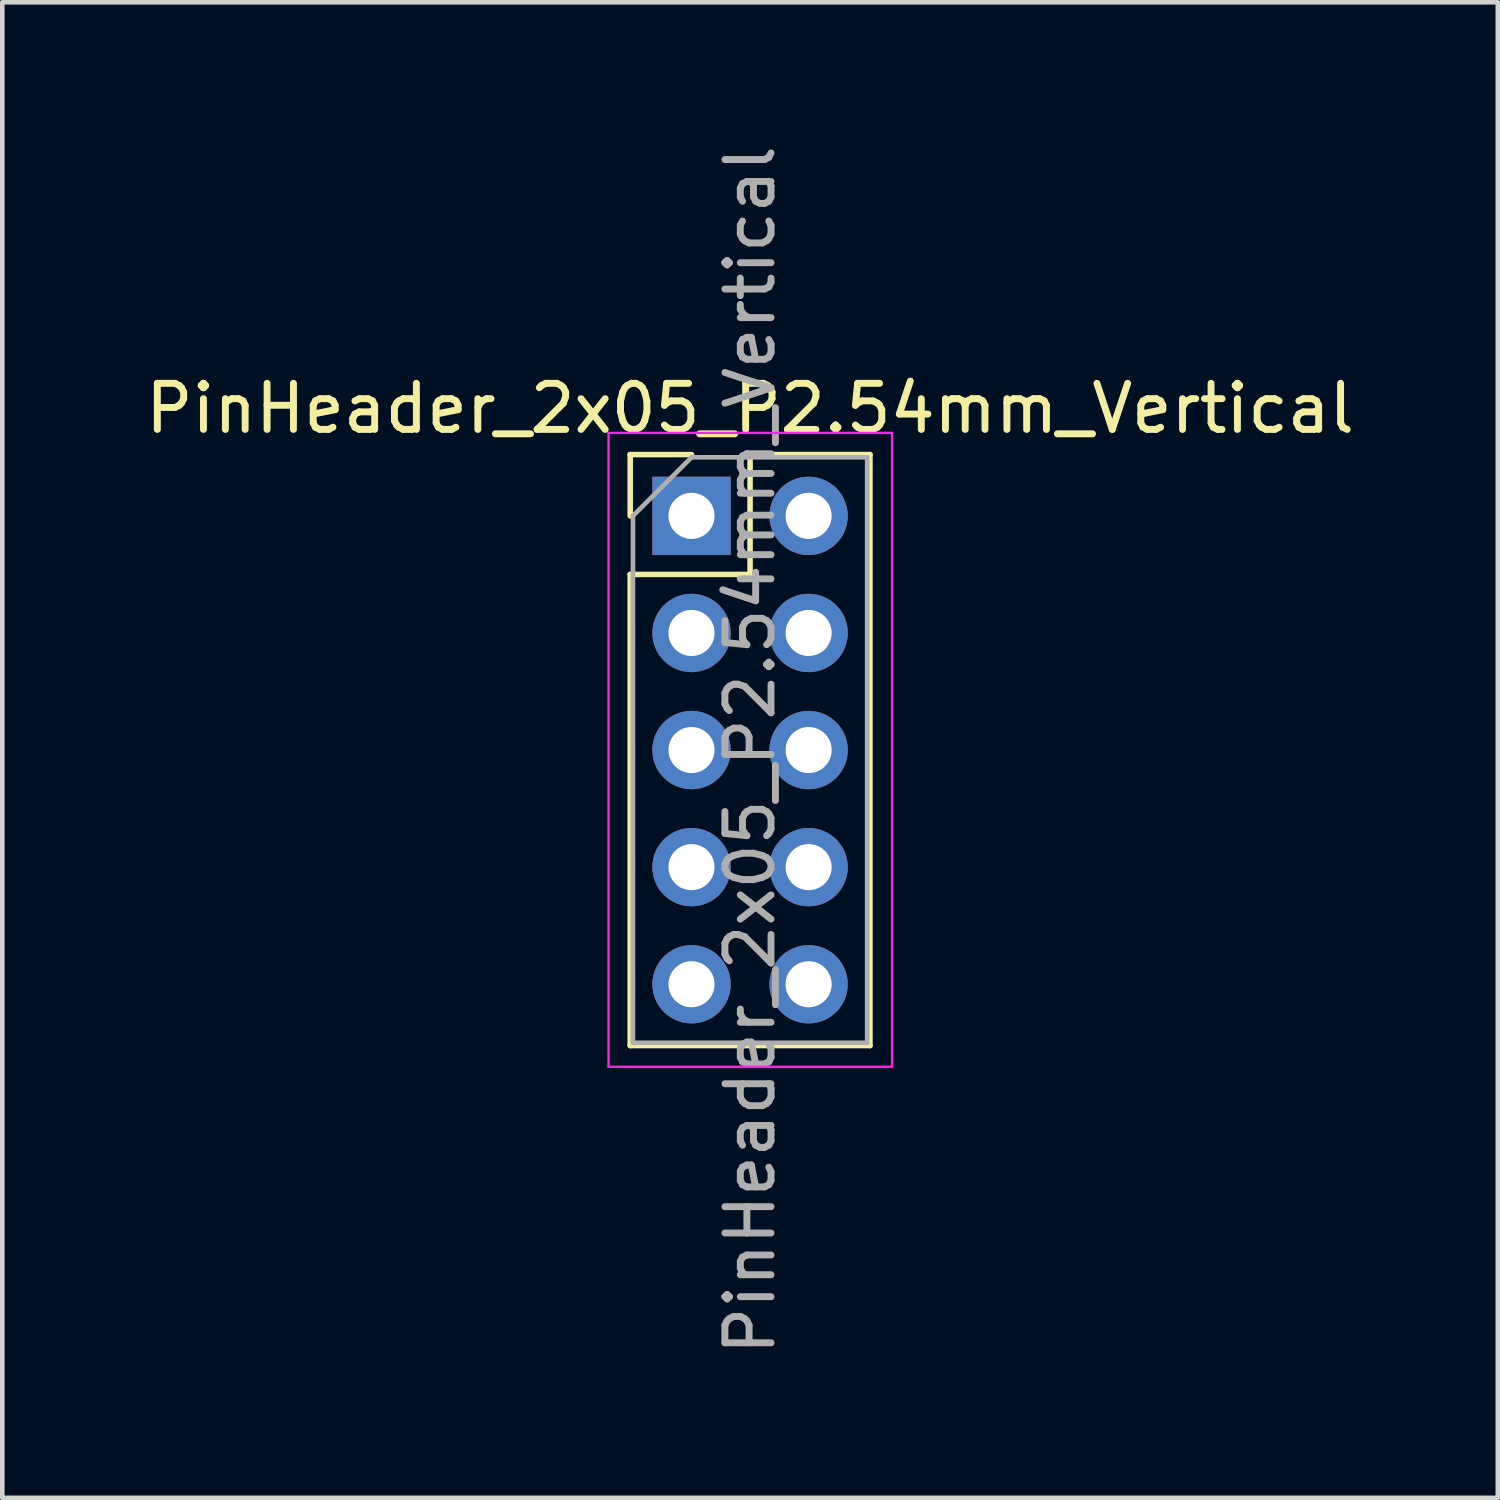
<source format=kicad_pcb>
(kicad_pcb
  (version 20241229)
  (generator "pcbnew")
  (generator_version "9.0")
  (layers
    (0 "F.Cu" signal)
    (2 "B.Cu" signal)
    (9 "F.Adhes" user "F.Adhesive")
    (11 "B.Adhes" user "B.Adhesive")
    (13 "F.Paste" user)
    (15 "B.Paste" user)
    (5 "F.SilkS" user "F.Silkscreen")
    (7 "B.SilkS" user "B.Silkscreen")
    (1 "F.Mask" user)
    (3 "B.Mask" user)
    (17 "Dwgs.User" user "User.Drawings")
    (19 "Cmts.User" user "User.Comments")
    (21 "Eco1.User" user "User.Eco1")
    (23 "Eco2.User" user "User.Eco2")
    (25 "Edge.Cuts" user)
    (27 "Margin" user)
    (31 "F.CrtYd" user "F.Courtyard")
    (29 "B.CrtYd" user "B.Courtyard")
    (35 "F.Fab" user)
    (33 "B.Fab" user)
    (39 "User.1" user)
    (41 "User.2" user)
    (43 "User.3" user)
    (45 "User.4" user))
  (footprint "PinHeader_2x05_P2.54mm_Vertical"
    (layer "F.Cu")
    (at 11.95 8.14)
    (property "Reference" "PinHeader_2x05_P2.54mm_Vertical" (at 1.27 -2.33 0) (layer "F.SilkS") (effects (font (size 1 1) (thickness 0.15))))
    (attr through_hole)
    (fp_line (start -1.33 -1.33) (end 0 -1.33) (stroke (width 0.12) (type solid)) (layer "F.SilkS"))
    (fp_line (start -1.33 0) (end -1.33 -1.33) (stroke (width 0.12) (type solid)) (layer "F.SilkS"))
    (fp_line (start -1.33 1.27) (end -1.33 11.49) (stroke (width 0.12) (type solid)) (layer "F.SilkS"))
    (fp_line (start -1.33 1.27) (end 1.27 1.27) (stroke (width 0.12) (type solid)) (layer "F.SilkS"))
    (fp_line (start -1.33 11.49) (end 3.87 11.49) (stroke (width 0.12) (type solid)) (layer "F.SilkS"))
    (fp_line (start 1.27 -1.33) (end 3.87 -1.33) (stroke (width 0.12) (type solid)) (layer "F.SilkS"))
    (fp_line (start 1.27 1.27) (end 1.27 -1.33) (stroke (width 0.12) (type solid)) (layer "F.SilkS"))
    (fp_line (start 3.87 -1.33) (end 3.87 11.49) (stroke (width 0.12) (type solid)) (layer "F.SilkS"))
    (fp_line (start -1.8 -1.8) (end -1.8 11.95) (stroke (width 0.05) (type solid)) (layer "F.CrtYd"))
    (fp_line (start -1.8 11.95) (end 4.35 11.95) (stroke (width 0.05) (type solid)) (layer "F.CrtYd"))
    (fp_line (start 4.35 -1.8) (end -1.8 -1.8) (stroke (width 0.05) (type solid)) (layer "F.CrtYd"))
    (fp_line (start 4.35 11.95) (end 4.35 -1.8) (stroke (width 0.05) (type solid)) (layer "F.CrtYd"))
    (fp_line (start -1.27 0) (end 0 -1.27) (stroke (width 0.1) (type solid)) (layer "F.Fab"))
    (fp_line (start -1.27 11.43) (end -1.27 0) (stroke (width 0.1) (type solid)) (layer "F.Fab"))
    (fp_line (start 0 -1.27) (end 3.81 -1.27) (stroke (width 0.1) (type solid)) (layer "F.Fab"))
    (fp_line (start 3.81 -1.27) (end 3.81 11.43) (stroke (width 0.1) (type solid)) (layer "F.Fab"))
    (fp_line (start 3.81 11.43) (end -1.27 11.43) (stroke (width 0.1) (type solid)) (layer "F.Fab"))
    (fp_text user "${REFERENCE}" (at 1.27 5.08 90) (layer "F.Fab") (effects (font (size 1 1) (thickness 0.15))))
    (pad "1" thru_hole rect (at 0 0) (size 1.7 1.7) (drill 1) (layers "*.Cu" "*.Mask"))
    (pad "2" thru_hole oval (at 2.54 0) (size 1.7 1.7) (drill 1) (layers "*.Cu" "*.Mask"))
    (pad "3" thru_hole oval (at 0 2.54) (size 1.7 1.7) (drill 1) (layers "*.Cu" "*.Mask"))
    (pad "4" thru_hole oval (at 2.54 2.54) (size 1.7 1.7) (drill 1) (layers "*.Cu" "*.Mask"))
    (pad "5" thru_hole oval (at 0 5.08) (size 1.7 1.7) (drill 1) (layers "*.Cu" "*.Mask"))
    (pad "6" thru_hole oval (at 2.54 5.08) (size 1.7 1.7) (drill 1) (layers "*.Cu" "*.Mask"))
    (pad "7" thru_hole oval (at 0 7.62) (size 1.7 1.7) (drill 1) (layers "*.Cu" "*.Mask"))
    (pad "8" thru_hole oval (at 2.54 7.62) (size 1.7 1.7) (drill 1) (layers "*.Cu" "*.Mask"))
    (pad "9" thru_hole oval (at 0 10.16) (size 1.7 1.7) (drill 1) (layers "*.Cu" "*.Mask"))
    (pad "10" thru_hole oval (at 2.54 10.16) (size 1.7 1.7) (drill 1) (layers "*.Cu" "*.Mask")))
  (gr_rect
    (start -3 -3)
    (end 29.44 29.44)
    (stroke (width 0.1) (type default))
    (fill no)
    (layer "Edge.Cuts")))
</source>
